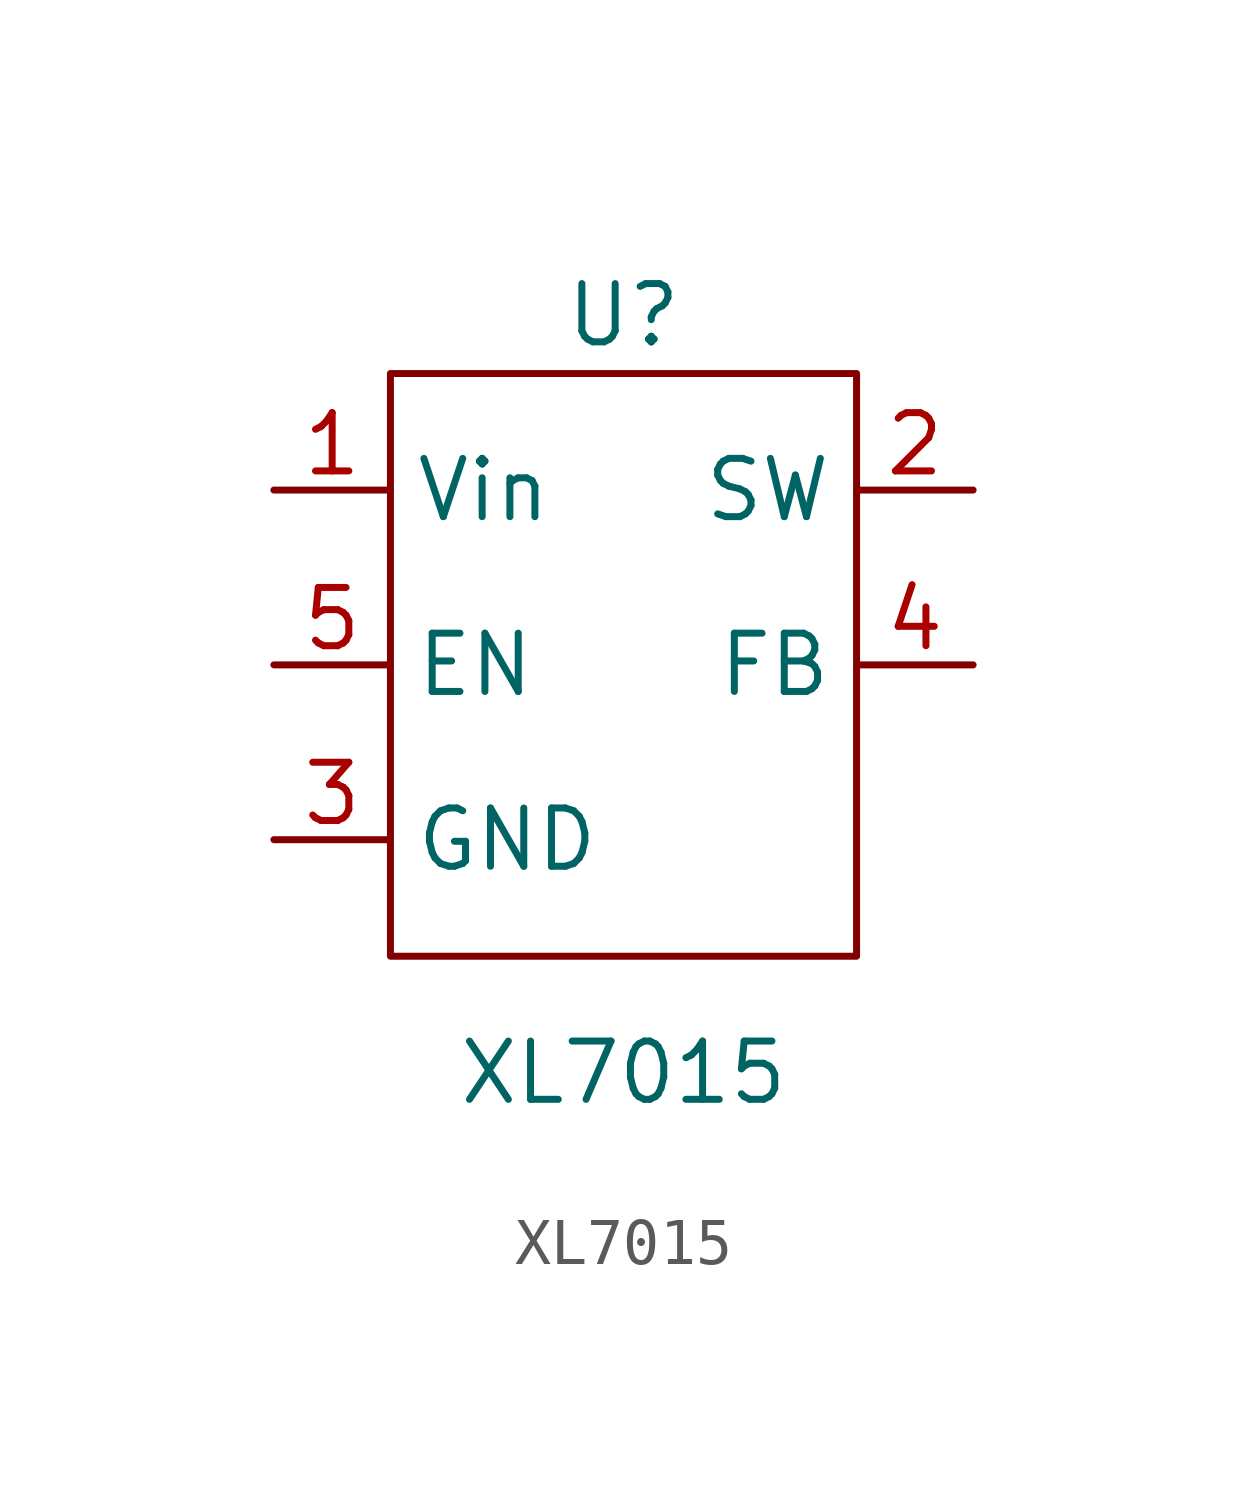
<source format=kicad_sym>
(kicad_symbol_lib
  (version 20211014)
  (generator kicad_symbol_editor)
  (symbol "XL7015"
    (property "Reference" "U"
      (at 0 7.62 0)
      (effects (font (size 1.27 1.27))))
    (property "Value" "XL7015"
      (at 0 -8.89 0)
      (effects (font (size 1.27 1.27))))
    (symbol "XL7015_0_1"
      (rectangle (start -5.08 6.35) (end 5.08 -6.35) (stroke (width 0) (type default) (color 0 0 0 0)) (fill (type none))))
    (symbol "XL7015_1_1"
      (pin input line (at -7.62 3.81 0) (length 2.54) (name "Vin" (effects (font (size 1.27 1.27)))) (number "1" (effects (font (size 1.27 1.27)))))
      (pin output line (at 7.62 3.81 180) (length 2.54) (name "SW" (effects (font (size 1.27 1.27)))) (number "2" (effects (font (size 1.27 1.27)))))
      (pin bidirectional line (at -7.62 -3.81 0) (length 2.54) (name "GND" (effects (font (size 1.27 1.27)))) (number "3" (effects (font (size 1.27 1.27)))))
      (pin input line (at 7.62 0 180) (length 2.54) (name "FB" (effects (font (size 1.27 1.27)))) (number "4" (effects (font (size 1.27 1.27)))))
      (pin input line (at -7.62 0 0) (length 2.54) (name "EN" (effects (font (size 1.27 1.27)))) (number "5" (effects (font (size 1.27 1.27))))))))
</source>
